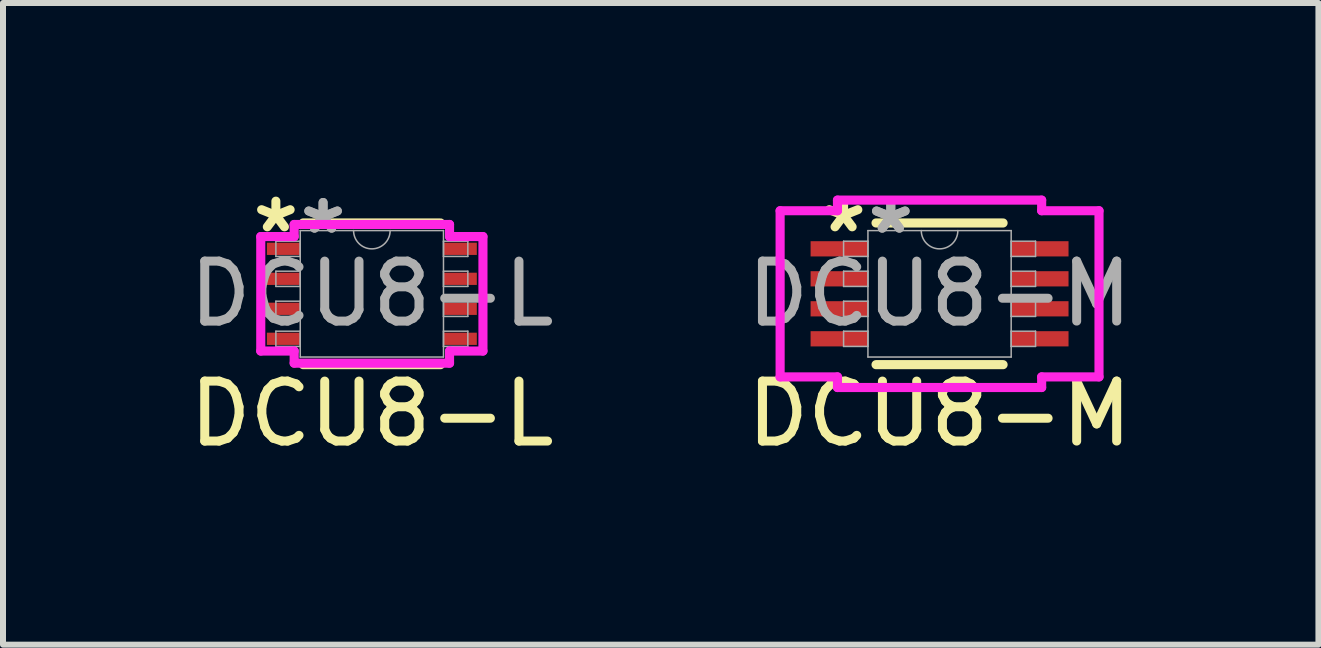
<source format=kicad_pcb>
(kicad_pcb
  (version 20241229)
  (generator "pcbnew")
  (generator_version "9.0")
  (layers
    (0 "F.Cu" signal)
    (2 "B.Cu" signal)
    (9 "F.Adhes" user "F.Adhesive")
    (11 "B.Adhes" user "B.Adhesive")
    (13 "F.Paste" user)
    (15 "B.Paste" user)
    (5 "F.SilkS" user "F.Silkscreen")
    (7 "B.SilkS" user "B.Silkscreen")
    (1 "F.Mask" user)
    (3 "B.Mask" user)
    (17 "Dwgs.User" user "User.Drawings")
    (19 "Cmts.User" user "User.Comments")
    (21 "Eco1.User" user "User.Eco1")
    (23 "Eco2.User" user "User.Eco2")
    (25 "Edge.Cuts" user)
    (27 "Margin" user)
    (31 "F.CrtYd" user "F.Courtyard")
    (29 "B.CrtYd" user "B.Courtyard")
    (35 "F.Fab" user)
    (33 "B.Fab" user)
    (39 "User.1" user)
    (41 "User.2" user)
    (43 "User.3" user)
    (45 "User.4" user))
  (footprint "DCU8-M"
    (layer "F.Cu")
    (at 12.613 1.848)
    (property "Reference" "DCU8-M" (at 0 2 0) (unlocked yes) (layer "F.SilkS") (effects (font (size 1 1) (thickness 0.15))))
    (attr smd)
    (fp_line (start -1.059 1.181) (end 1.059 1.181) (stroke (width 0.152) (type solid)) (layer "F.SilkS"))
    (fp_line (start 1.059 -1.181) (end -1.059 -1.181) (stroke (width 0.152) (type solid)) (layer "F.SilkS"))
    (fp_line (start -2.658 -1.385) (end -1.702 -1.385) (stroke (width 0.152) (type solid)) (layer "F.CrtYd"))
    (fp_line (start -2.658 1.385) (end -2.658 -1.385) (stroke (width 0.152) (type solid)) (layer "F.CrtYd"))
    (fp_line (start -2.658 1.385) (end -1.702 1.385) (stroke (width 0.152) (type solid)) (layer "F.CrtYd"))
    (fp_line (start -1.702 -1.562) (end 1.702 -1.562) (stroke (width 0.152) (type solid)) (layer "F.CrtYd"))
    (fp_line (start -1.702 -1.385) (end -1.702 -1.562) (stroke (width 0.152) (type solid)) (layer "F.CrtYd"))
    (fp_line (start -1.702 1.562) (end -1.702 1.385) (stroke (width 0.152) (type solid)) (layer "F.CrtYd"))
    (fp_line (start 1.702 -1.562) (end 1.702 -1.385) (stroke (width 0.152) (type solid)) (layer "F.CrtYd"))
    (fp_line (start 1.702 1.385) (end 1.702 1.562) (stroke (width 0.152) (type solid)) (layer "F.CrtYd"))
    (fp_line (start 1.702 1.562) (end -1.702 1.562) (stroke (width 0.152) (type solid)) (layer "F.CrtYd"))
    (fp_line (start 2.658 -1.385) (end 1.702 -1.385) (stroke (width 0.152) (type solid)) (layer "F.CrtYd"))
    (fp_line (start 2.658 -1.385) (end 2.658 1.385) (stroke (width 0.152) (type solid)) (layer "F.CrtYd"))
    (fp_line (start 2.658 1.385) (end 1.702 1.385) (stroke (width 0.152) (type solid)) (layer "F.CrtYd"))
    (fp_line (start -1.6 -0.877) (end -1.6 -0.623) (stroke (width 0.025) (type solid)) (layer "F.Fab"))
    (fp_line (start -1.6 -0.623) (end -1.194 -0.623) (stroke (width 0.025) (type solid)) (layer "F.Fab"))
    (fp_line (start -1.6 -0.377) (end -1.6 -0.123) (stroke (width 0.025) (type solid)) (layer "F.Fab"))
    (fp_line (start -1.6 -0.123) (end -1.194 -0.123) (stroke (width 0.025) (type solid)) (layer "F.Fab"))
    (fp_line (start -1.6 0.123) (end -1.6 0.377) (stroke (width 0.025) (type solid)) (layer "F.Fab"))
    (fp_line (start -1.6 0.377) (end -1.194 0.377) (stroke (width 0.025) (type solid)) (layer "F.Fab"))
    (fp_line (start -1.6 0.623) (end -1.6 0.877) (stroke (width 0.025) (type solid)) (layer "F.Fab"))
    (fp_line (start -1.6 0.877) (end -1.194 0.877) (stroke (width 0.025) (type solid)) (layer "F.Fab"))
    (fp_line (start -1.194 -1.054) (end -1.194 1.054) (stroke (width 0.025) (type solid)) (layer "F.Fab"))
    (fp_line (start -1.194 -0.877) (end -1.6 -0.877) (stroke (width 0.025) (type solid)) (layer "F.Fab"))
    (fp_line (start -1.194 -0.623) (end -1.194 -0.877) (stroke (width 0.025) (type solid)) (layer "F.Fab"))
    (fp_line (start -1.194 -0.377) (end -1.6 -0.377) (stroke (width 0.025) (type solid)) (layer "F.Fab"))
    (fp_line (start -1.194 -0.123) (end -1.194 -0.377) (stroke (width 0.025) (type solid)) (layer "F.Fab"))
    (fp_line (start -1.194 0.123) (end -1.6 0.123) (stroke (width 0.025) (type solid)) (layer "F.Fab"))
    (fp_line (start -1.194 0.377) (end -1.194 0.123) (stroke (width 0.025) (type solid)) (layer "F.Fab"))
    (fp_line (start -1.194 0.623) (end -1.6 0.623) (stroke (width 0.025) (type solid)) (layer "F.Fab"))
    (fp_line (start -1.194 0.877) (end -1.194 0.623) (stroke (width 0.025) (type solid)) (layer "F.Fab"))
    (fp_line (start -1.194 1.054) (end 1.194 1.054) (stroke (width 0.025) (type solid)) (layer "F.Fab"))
    (fp_line (start 1.194 -1.054) (end -1.194 -1.054) (stroke (width 0.025) (type solid)) (layer "F.Fab"))
    (fp_line (start 1.194 -0.877) (end 1.194 -0.623) (stroke (width 0.025) (type solid)) (layer "F.Fab"))
    (fp_line (start 1.194 -0.623) (end 1.6 -0.623) (stroke (width 0.025) (type solid)) (layer "F.Fab"))
    (fp_line (start 1.194 -0.377) (end 1.194 -0.123) (stroke (width 0.025) (type solid)) (layer "F.Fab"))
    (fp_line (start 1.194 -0.123) (end 1.6 -0.123) (stroke (width 0.025) (type solid)) (layer "F.Fab"))
    (fp_line (start 1.194 0.123) (end 1.194 0.377) (stroke (width 0.025) (type solid)) (layer "F.Fab"))
    (fp_line (start 1.194 0.377) (end 1.6 0.377) (stroke (width 0.025) (type solid)) (layer "F.Fab"))
    (fp_line (start 1.194 0.623) (end 1.194 0.877) (stroke (width 0.025) (type solid)) (layer "F.Fab"))
    (fp_line (start 1.194 0.877) (end 1.6 0.877) (stroke (width 0.025) (type solid)) (layer "F.Fab"))
    (fp_line (start 1.194 1.054) (end 1.194 -1.054) (stroke (width 0.025) (type solid)) (layer "F.Fab"))
    (fp_line (start 1.6 -0.877) (end 1.194 -0.877) (stroke (width 0.025) (type solid)) (layer "F.Fab"))
    (fp_line (start 1.6 -0.623) (end 1.6 -0.877) (stroke (width 0.025) (type solid)) (layer "F.Fab"))
    (fp_line (start 1.6 -0.377) (end 1.194 -0.377) (stroke (width 0.025) (type solid)) (layer "F.Fab"))
    (fp_line (start 1.6 -0.123) (end 1.6 -0.377) (stroke (width 0.025) (type solid)) (layer "F.Fab"))
    (fp_line (start 1.6 0.123) (end 1.194 0.123) (stroke (width 0.025) (type solid)) (layer "F.Fab"))
    (fp_line (start 1.6 0.377) (end 1.6 0.123) (stroke (width 0.025) (type solid)) (layer "F.Fab"))
    (fp_line (start 1.6 0.623) (end 1.194 0.623) (stroke (width 0.025) (type solid)) (layer "F.Fab"))
    (fp_line (start 1.6 0.877) (end 1.6 0.623) (stroke (width 0.025) (type solid)) (layer "F.Fab"))
    (fp_arc (start 0.3048 -1.0541) (mid 0 -0.7493) (end -0.3048 -1.0541) (stroke (width 0.0254) (type solid)) (layer "F.Fab"))
    (fp_text user "*" (at -1.6 -1 0) (unlocked yes) (layer "F.SilkS") (effects (font (size 1 1) (thickness 0.15))))
    (fp_text user "*" (at -0.813 -0.978 0) (layer "F.Fab") (effects (font (size 1 1) (thickness 0.15))))
    (fp_text user "*" (at -0.813 -0.978 0) (unlocked yes) (layer "F.Fab") (effects (font (size 1 1) (thickness 0.15))))
    (fp_text user "${REFERENCE}" (at 0 0 0) (unlocked yes) (layer "F.Fab") (effects (font (size 1 1) (thickness 0.15))))
    (pad "1" smd rect (at -1.672 -0.75) (size 0.956 0.254) (layers "F.Cu" "F.Mask" "F.Paste"))
    (pad "2" smd rect (at -1.672 -0.25) (size 0.956 0.254) (layers "F.Cu" "F.Mask" "F.Paste"))
    (pad "3" smd rect (at -1.672 0.25) (size 0.956 0.254) (layers "F.Cu" "F.Mask" "F.Paste"))
    (pad "4" smd rect (at -1.672 0.75) (size 0.956 0.254) (layers "F.Cu" "F.Mask" "F.Paste"))
    (pad "5" smd rect (at 1.672 0.75) (size 0.956 0.254) (layers "F.Cu" "F.Mask" "F.Paste"))
    (pad "6" smd rect (at 1.672 0.25) (size 0.956 0.254) (layers "F.Cu" "F.Mask" "F.Paste"))
    (pad "7" smd rect (at 1.672 -0.25) (size 0.956 0.254) (layers "F.Cu" "F.Mask" "F.Paste"))
    (pad "8" smd rect (at 1.672 -0.75) (size 0.956 0.254) (layers "F.Cu" "F.Mask" "F.Paste")))
  (footprint "DCU8-L"
    (layer "F.Cu")
    (at 3.149 1.848)
    (property "Reference" "DCU8-L" (at 0 2 0) (unlocked yes) (layer "F.SilkS") (effects (font (size 1 1) (thickness 0.15))))
    (attr smd)
    (fp_line (start -1.145 1.181) (end 1.145 1.181) (stroke (width 0.152) (type solid)) (layer "F.SilkS"))
    (fp_line (start 1.145 -1.181) (end -1.145 -1.181) (stroke (width 0.152) (type solid)) (layer "F.SilkS"))
    (fp_line (start -1.852 -0.954) (end -1.295 -0.954) (stroke (width 0.152) (type solid)) (layer "F.CrtYd"))
    (fp_line (start -1.852 0.954) (end -1.852 -0.954) (stroke (width 0.152) (type solid)) (layer "F.CrtYd"))
    (fp_line (start -1.852 0.954) (end -1.295 0.954) (stroke (width 0.152) (type solid)) (layer "F.CrtYd"))
    (fp_line (start -1.295 -1.156) (end 1.295 -1.156) (stroke (width 0.152) (type solid)) (layer "F.CrtYd"))
    (fp_line (start -1.295 -0.954) (end -1.295 -1.156) (stroke (width 0.152) (type solid)) (layer "F.CrtYd"))
    (fp_line (start -1.295 1.156) (end -1.295 0.954) (stroke (width 0.152) (type solid)) (layer "F.CrtYd"))
    (fp_line (start 1.295 -1.156) (end 1.295 -0.954) (stroke (width 0.152) (type solid)) (layer "F.CrtYd"))
    (fp_line (start 1.295 0.954) (end 1.295 1.156) (stroke (width 0.152) (type solid)) (layer "F.CrtYd"))
    (fp_line (start 1.295 1.156) (end -1.295 1.156) (stroke (width 0.152) (type solid)) (layer "F.CrtYd"))
    (fp_line (start 1.852 -0.954) (end 1.295 -0.954) (stroke (width 0.152) (type solid)) (layer "F.CrtYd"))
    (fp_line (start 1.852 -0.954) (end 1.852 0.954) (stroke (width 0.152) (type solid)) (layer "F.CrtYd"))
    (fp_line (start 1.852 0.954) (end 1.295 0.954) (stroke (width 0.152) (type solid)) (layer "F.CrtYd"))
    (fp_line (start -1.6 -0.877) (end -1.6 -0.623) (stroke (width 0.025) (type solid)) (layer "F.Fab"))
    (fp_line (start -1.6 -0.623) (end -1.194 -0.623) (stroke (width 0.025) (type solid)) (layer "F.Fab"))
    (fp_line (start -1.6 -0.377) (end -1.6 -0.123) (stroke (width 0.025) (type solid)) (layer "F.Fab"))
    (fp_line (start -1.6 -0.123) (end -1.194 -0.123) (stroke (width 0.025) (type solid)) (layer "F.Fab"))
    (fp_line (start -1.6 0.123) (end -1.6 0.377) (stroke (width 0.025) (type solid)) (layer "F.Fab"))
    (fp_line (start -1.6 0.377) (end -1.194 0.377) (stroke (width 0.025) (type solid)) (layer "F.Fab"))
    (fp_line (start -1.6 0.623) (end -1.6 0.877) (stroke (width 0.025) (type solid)) (layer "F.Fab"))
    (fp_line (start -1.6 0.877) (end -1.194 0.877) (stroke (width 0.025) (type solid)) (layer "F.Fab"))
    (fp_line (start -1.194 -1.054) (end -1.194 1.054) (stroke (width 0.025) (type solid)) (layer "F.Fab"))
    (fp_line (start -1.194 -0.877) (end -1.6 -0.877) (stroke (width 0.025) (type solid)) (layer "F.Fab"))
    (fp_line (start -1.194 -0.623) (end -1.194 -0.877) (stroke (width 0.025) (type solid)) (layer "F.Fab"))
    (fp_line (start -1.194 -0.377) (end -1.6 -0.377) (stroke (width 0.025) (type solid)) (layer "F.Fab"))
    (fp_line (start -1.194 -0.123) (end -1.194 -0.377) (stroke (width 0.025) (type solid)) (layer "F.Fab"))
    (fp_line (start -1.194 0.123) (end -1.6 0.123) (stroke (width 0.025) (type solid)) (layer "F.Fab"))
    (fp_line (start -1.194 0.377) (end -1.194 0.123) (stroke (width 0.025) (type solid)) (layer "F.Fab"))
    (fp_line (start -1.194 0.623) (end -1.6 0.623) (stroke (width 0.025) (type solid)) (layer "F.Fab"))
    (fp_line (start -1.194 0.877) (end -1.194 0.623) (stroke (width 0.025) (type solid)) (layer "F.Fab"))
    (fp_line (start -1.194 1.054) (end 1.194 1.054) (stroke (width 0.025) (type solid)) (layer "F.Fab"))
    (fp_line (start 1.194 -1.054) (end -1.194 -1.054) (stroke (width 0.025) (type solid)) (layer "F.Fab"))
    (fp_line (start 1.194 -0.877) (end 1.194 -0.623) (stroke (width 0.025) (type solid)) (layer "F.Fab"))
    (fp_line (start 1.194 -0.623) (end 1.6 -0.623) (stroke (width 0.025) (type solid)) (layer "F.Fab"))
    (fp_line (start 1.194 -0.377) (end 1.194 -0.123) (stroke (width 0.025) (type solid)) (layer "F.Fab"))
    (fp_line (start 1.194 -0.123) (end 1.6 -0.123) (stroke (width 0.025) (type solid)) (layer "F.Fab"))
    (fp_line (start 1.194 0.123) (end 1.194 0.377) (stroke (width 0.025) (type solid)) (layer "F.Fab"))
    (fp_line (start 1.194 0.377) (end 1.6 0.377) (stroke (width 0.025) (type solid)) (layer "F.Fab"))
    (fp_line (start 1.194 0.623) (end 1.194 0.877) (stroke (width 0.025) (type solid)) (layer "F.Fab"))
    (fp_line (start 1.194 0.877) (end 1.6 0.877) (stroke (width 0.025) (type solid)) (layer "F.Fab"))
    (fp_line (start 1.194 1.054) (end 1.194 -1.054) (stroke (width 0.025) (type solid)) (layer "F.Fab"))
    (fp_line (start 1.6 -0.877) (end 1.194 -0.877) (stroke (width 0.025) (type solid)) (layer "F.Fab"))
    (fp_line (start 1.6 -0.623) (end 1.6 -0.877) (stroke (width 0.025) (type solid)) (layer "F.Fab"))
    (fp_line (start 1.6 -0.377) (end 1.194 -0.377) (stroke (width 0.025) (type solid)) (layer "F.Fab"))
    (fp_line (start 1.6 -0.123) (end 1.6 -0.377) (stroke (width 0.025) (type solid)) (layer "F.Fab"))
    (fp_line (start 1.6 0.123) (end 1.194 0.123) (stroke (width 0.025) (type solid)) (layer "F.Fab"))
    (fp_line (start 1.6 0.377) (end 1.6 0.123) (stroke (width 0.025) (type solid)) (layer "F.Fab"))
    (fp_line (start 1.6 0.623) (end 1.194 0.623) (stroke (width 0.025) (type solid)) (layer "F.Fab"))
    (fp_line (start 1.6 0.877) (end 1.6 0.623) (stroke (width 0.025) (type solid)) (layer "F.Fab"))
    (fp_arc (start 0.3048 -1.0541) (mid 0 -0.7493) (end -0.3048 -1.0541) (stroke (width 0.0254) (type solid)) (layer "F.Fab"))
    (fp_text user "*" (at -1.6 -1 0) (unlocked yes) (layer "F.SilkS") (effects (font (size 1 1) (thickness 0.15))))
    (fp_text user "*" (at -0.813 -0.978 0) (unlocked yes) (layer "F.Fab") (effects (font (size 1 1) (thickness 0.15))))
    (fp_text user "*" (at -0.813 -0.978 0) (layer "F.Fab") (effects (font (size 1 1) (thickness 0.15))))
    (fp_text user "${REFERENCE}" (at 0 0 0) (unlocked yes) (layer "F.Fab") (effects (font (size 1 1) (thickness 0.15))))
    (pad "1" smd rect (at -1.472 -0.75) (size 0.556 0.204) (layers "F.Cu" "F.Mask" "F.Paste"))
    (pad "2" smd rect (at -1.472 -0.25) (size 0.556 0.204) (layers "F.Cu" "F.Mask" "F.Paste"))
    (pad "3" smd rect (at -1.472 0.25) (size 0.556 0.204) (layers "F.Cu" "F.Mask" "F.Paste"))
    (pad "4" smd rect (at -1.472 0.75) (size 0.556 0.204) (layers "F.Cu" "F.Mask" "F.Paste"))
    (pad "5" smd rect (at 1.472 0.75) (size 0.556 0.204) (layers "F.Cu" "F.Mask" "F.Paste"))
    (pad "6" smd rect (at 1.472 0.25) (size 0.556 0.204) (layers "F.Cu" "F.Mask" "F.Paste"))
    (pad "7" smd rect (at 1.472 -0.25) (size 0.556 0.204) (layers "F.Cu" "F.Mask" "F.Paste"))
    (pad "8" smd rect (at 1.472 -0.75) (size 0.556 0.204) (layers "F.Cu" "F.Mask" "F.Paste")))
  (gr_rect
    (start -3 -3)
    (end 18.929 7.697)
    (stroke (width 0.1) (type default))
    (fill no)
    (layer "Edge.Cuts")))
</source>
